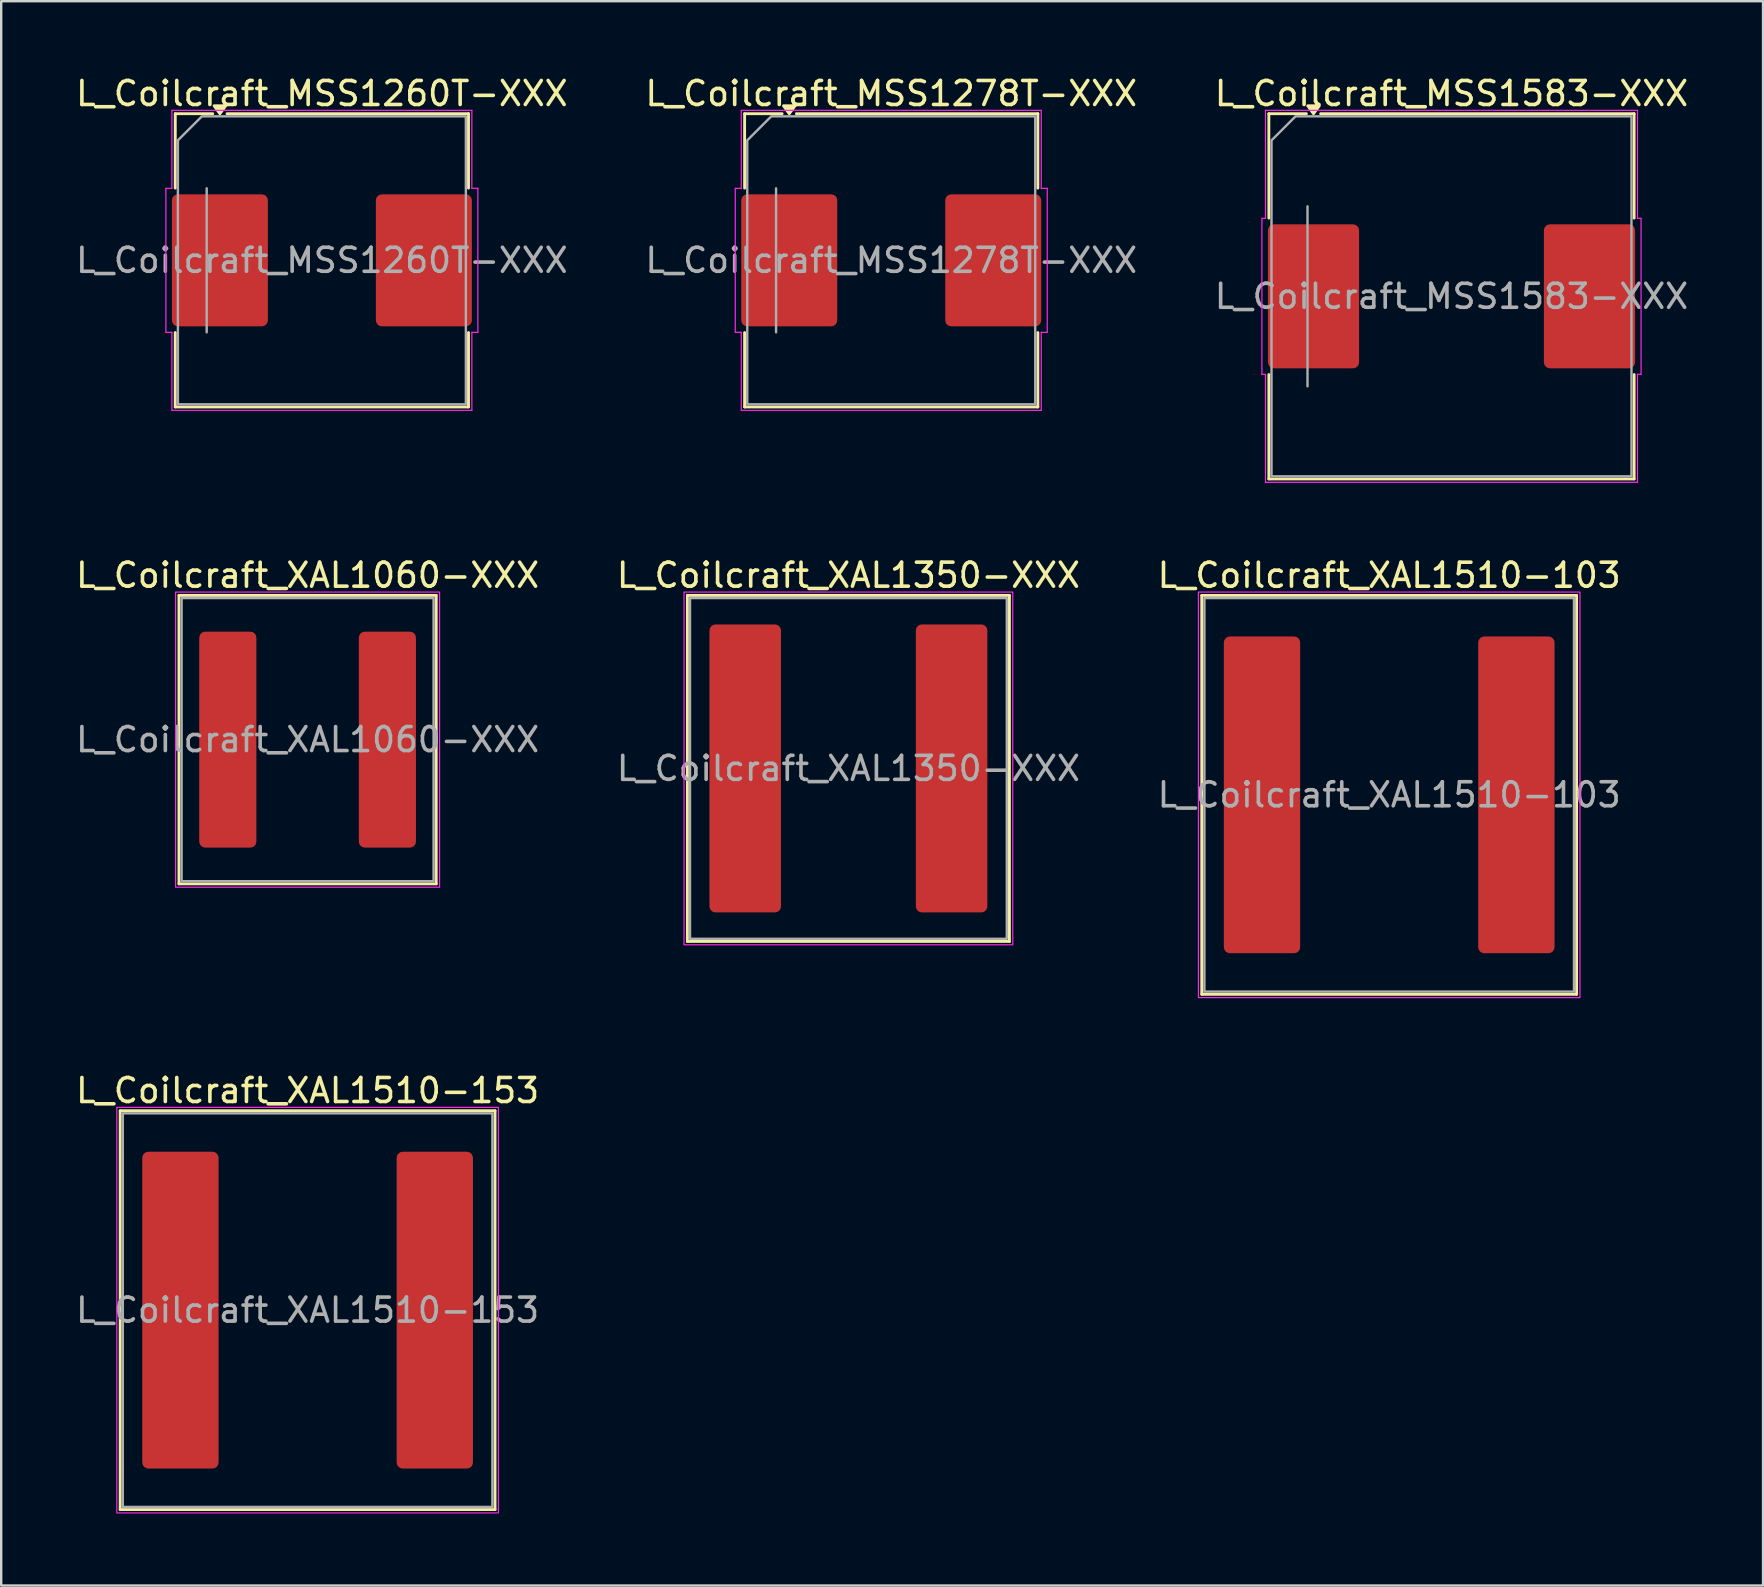
<source format=kicad_pcb>
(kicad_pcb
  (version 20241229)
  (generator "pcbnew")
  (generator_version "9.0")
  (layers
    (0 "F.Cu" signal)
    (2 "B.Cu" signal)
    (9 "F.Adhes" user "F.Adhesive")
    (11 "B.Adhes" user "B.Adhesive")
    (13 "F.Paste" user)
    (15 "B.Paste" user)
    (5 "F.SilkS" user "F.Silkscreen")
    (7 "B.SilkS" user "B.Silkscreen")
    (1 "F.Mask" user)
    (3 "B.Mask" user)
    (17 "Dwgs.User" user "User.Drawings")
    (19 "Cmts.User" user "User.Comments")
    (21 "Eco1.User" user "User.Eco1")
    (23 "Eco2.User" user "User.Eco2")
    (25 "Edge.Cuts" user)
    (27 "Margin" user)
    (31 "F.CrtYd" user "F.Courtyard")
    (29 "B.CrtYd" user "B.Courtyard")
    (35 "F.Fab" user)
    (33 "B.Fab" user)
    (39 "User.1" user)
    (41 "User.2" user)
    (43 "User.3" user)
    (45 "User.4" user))
  (footprint "L_Coilcraft_XAL1350-XXX"
    (layer "F.Cu")
    (at 32.304 28.971)
    (property "Reference" "L_Coilcraft_XAL1350-XXX" (at 0 -8.05 0) (layer "F.SilkS") (effects (font (size 1 1) (thickness 0.15))))
    (attr smd)
    (fp_line (start -6.71 -7.21) (end 6.71 -7.21) (stroke (width 0.12) (type solid)) (layer "F.SilkS"))
    (fp_line (start -6.71 7.21) (end -6.71 -7.21) (stroke (width 0.12) (type solid)) (layer "F.SilkS"))
    (fp_line (start 6.71 -7.21) (end 6.71 7.21) (stroke (width 0.12) (type solid)) (layer "F.SilkS"))
    (fp_line (start 6.71 7.21) (end -6.71 7.21) (stroke (width 0.12) (type solid)) (layer "F.SilkS"))
    (fp_rect (start -6.85 -7.35) (end 6.85 7.35) (stroke (width 0.05) (type solid)) (fill no) (layer "F.CrtYd"))
    (fp_rect (start -6.6 -7.1) (end 6.6 7.1) (stroke (width 0.1) (type solid)) (fill no) (layer "F.Fab"))
    (fp_text user "${REFERENCE}" (at 0 0 0) (layer "F.Fab") (effects (font (size 1 1) (thickness 0.15))))
    (pad "1" smd roundrect (at -4.3 0) (size 2.98 12) (layers "F.Cu" "F.Mask" "F.Paste") (roundrect_rratio 0.084))
    (pad "2" smd roundrect (at 4.3 0) (size 2.98 12) (layers "F.Cu" "F.Mask" "F.Paste") (roundrect_rratio 0.084)))
  (footprint "L_Coilcraft_XAL1510-153"
    (layer "F.Cu")
    (at 9.768 51.545)
    (property "Reference" "L_Coilcraft_XAL1510-153" (at 0 -9.15 0) (layer "F.SilkS") (effects (font (size 1 1) (thickness 0.15))))
    (attr smd)
    (fp_line (start -7.81 -8.31) (end 7.81 -8.31) (stroke (width 0.12) (type solid)) (layer "F.SilkS"))
    (fp_line (start -7.81 8.31) (end -7.81 -8.31) (stroke (width 0.12) (type solid)) (layer "F.SilkS"))
    (fp_line (start 7.81 -8.31) (end 7.81 8.31) (stroke (width 0.12) (type solid)) (layer "F.SilkS"))
    (fp_line (start 7.81 8.31) (end -7.81 8.31) (stroke (width 0.12) (type solid)) (layer "F.SilkS"))
    (fp_rect (start -7.95 -8.45) (end 7.95 8.45) (stroke (width 0.05) (type solid)) (fill no) (layer "F.CrtYd"))
    (fp_rect (start -7.7 -8.2) (end 7.7 8.2) (stroke (width 0.1) (type solid)) (fill no) (layer "F.Fab"))
    (fp_text user "${REFERENCE}" (at 0 0 0) (layer "F.Fab") (effects (font (size 1 1) (thickness 0.15))))
    (pad "1" smd roundrect (at -5.3 0) (size 3.18 13.2) (layers "F.Cu" "F.Mask" "F.Paste") (roundrect_rratio 0.079))
    (pad "2" smd roundrect (at 5.3 0) (size 3.18 13.2) (layers "F.Cu" "F.Mask" "F.Paste") (roundrect_rratio 0.079)))
  (footprint "L_Coilcraft_MSS1260T-XXX"
    (layer "F.Cu")
    (at 10.363 7.798)
    (property "Reference" "L_Coilcraft_MSS1260T-XXX" (at 0 -6.95 0) (layer "F.SilkS") (effects (font (size 1 1) (thickness 0.15))))
    (attr smd)
    (fp_line (start -6.11 -6.11) (end -4.547 -6.11) (stroke (width 0.12) (type solid)) (layer "F.SilkS"))
    (fp_line (start -6.11 -3.01) (end -6.11 -6.11) (stroke (width 0.12) (type solid)) (layer "F.SilkS"))
    (fp_line (start -6.11 6.11) (end -6.11 3.01) (stroke (width 0.12) (type solid)) (layer "F.SilkS"))
    (fp_line (start -3.953 -6.11) (end 6.11 -6.11) (stroke (width 0.12) (type solid)) (layer "F.SilkS"))
    (fp_line (start 6.11 -6.11) (end 6.11 -3.01) (stroke (width 0.12) (type solid)) (layer "F.SilkS"))
    (fp_line (start 6.11 3.01) (end 6.11 6.11) (stroke (width 0.12) (type solid)) (layer "F.SilkS"))
    (fp_line (start 6.11 6.11) (end -6.11 6.11) (stroke (width 0.12) (type solid)) (layer "F.SilkS"))
    (fp_poly (pts (xy -4.25 -6.11) (xy -4.49 -6.44) (xy -4.01 -6.44)) (stroke (width 0.12) (type solid)) (fill yes) (layer "F.SilkS"))
    (fp_line (start -6.5 -3) (end -6.25 -3) (stroke (width 0.05) (type solid)) (layer "F.CrtYd"))
    (fp_line (start -6.5 3) (end -6.5 -3) (stroke (width 0.05) (type solid)) (layer "F.CrtYd"))
    (fp_line (start -6.25 -6.25) (end 6.25 -6.25) (stroke (width 0.05) (type solid)) (layer "F.CrtYd"))
    (fp_line (start -6.25 -3) (end -6.25 -6.25) (stroke (width 0.05) (type solid)) (layer "F.CrtYd"))
    (fp_line (start -6.25 3) (end -6.5 3) (stroke (width 0.05) (type solid)) (layer "F.CrtYd"))
    (fp_line (start -6.25 6.25) (end -6.25 3) (stroke (width 0.05) (type solid)) (layer "F.CrtYd"))
    (fp_line (start 6.25 -6.25) (end 6.25 -3) (stroke (width 0.05) (type solid)) (layer "F.CrtYd"))
    (fp_line (start 6.25 -3) (end 6.5 -3) (stroke (width 0.05) (type solid)) (layer "F.CrtYd"))
    (fp_line (start 6.25 3) (end 6.25 6.25) (stroke (width 0.05) (type solid)) (layer "F.CrtYd"))
    (fp_line (start 6.25 6.25) (end -6.25 6.25) (stroke (width 0.05) (type solid)) (layer "F.CrtYd"))
    (fp_line (start 6.5 -3) (end 6.5 3) (stroke (width 0.05) (type solid)) (layer "F.CrtYd"))
    (fp_line (start 6.5 3) (end 6.25 3) (stroke (width 0.05) (type solid)) (layer "F.CrtYd"))
    (fp_line (start -4.8 3) (end -4.8 -3) (stroke (width 0.1) (type solid)) (layer "F.Fab"))
    (fp_poly (pts (xy -6 -5) (xy -6 6) (xy 6 6) (xy 6 -6) (xy -5 -6)) (stroke (width 0.1) (type solid)) (fill no) (layer "F.Fab"))
    (fp_text user "${REFERENCE}" (at 0 0 0) (layer "F.Fab") (effects (font (size 1 1) (thickness 0.15))))
    (pad "1" smd roundrect (at -4.25 0) (size 4 5.5) (layers "F.Cu" "F.Mask" "F.Paste") (roundrect_rratio 0.062))
    (pad "2" smd roundrect (at 4.25 0) (size 4 5.5) (layers "F.Cu" "F.Mask" "F.Paste") (roundrect_rratio 0.062)))
  (footprint "L_Coilcraft_XAL1060-XXX"
    (layer "F.Cu")
    (at 9.768 27.771)
    (property "Reference" "L_Coilcraft_XAL1060-XXX" (at 0 -6.85 0) (layer "F.SilkS") (effects (font (size 1 1) (thickness 0.15))))
    (attr smd)
    (fp_line (start -5.36 -6.01) (end 5.36 -6.01) (stroke (width 0.12) (type solid)) (layer "F.SilkS"))
    (fp_line (start -5.36 6.01) (end -5.36 -6.01) (stroke (width 0.12) (type solid)) (layer "F.SilkS"))
    (fp_line (start 5.36 -6.01) (end 5.36 6.01) (stroke (width 0.12) (type solid)) (layer "F.SilkS"))
    (fp_line (start 5.36 6.01) (end -5.36 6.01) (stroke (width 0.12) (type solid)) (layer "F.SilkS"))
    (fp_rect (start -5.5 -6.15) (end 5.5 6.15) (stroke (width 0.05) (type solid)) (fill no) (layer "F.CrtYd"))
    (fp_rect (start -5.25 -5.9) (end 5.25 5.9) (stroke (width 0.1) (type solid)) (fill no) (layer "F.Fab"))
    (fp_text user "${REFERENCE}" (at 0 0 0) (layer "F.Fab") (effects (font (size 1 1) (thickness 0.15))))
    (pad "1" smd roundrect (at -3.325 0) (size 2.38 9) (layers "F.Cu" "F.Mask" "F.Paste") (roundrect_rratio 0.105))
    (pad "2" smd roundrect (at 3.325 0) (size 2.38 9) (layers "F.Cu" "F.Mask" "F.Paste") (roundrect_rratio 0.105)))
  (footprint "L_Coilcraft_MSS1583-XXX"
    (layer "F.Cu")
    (at 57.435 9.298)
    (property "Reference" "L_Coilcraft_MSS1583-XXX" (at 0 -8.45 0) (layer "F.SilkS") (effects (font (size 1 1) (thickness 0.15))))
    (attr smd)
    (fp_line (start -7.61 -7.61) (end -6.047 -7.61) (stroke (width 0.12) (type solid)) (layer "F.SilkS"))
    (fp_line (start -7.61 -3.26) (end -7.61 -7.61) (stroke (width 0.12) (type solid)) (layer "F.SilkS"))
    (fp_line (start -7.61 7.61) (end -7.61 3.26) (stroke (width 0.12) (type solid)) (layer "F.SilkS"))
    (fp_line (start -5.453 -7.61) (end 7.61 -7.61) (stroke (width 0.12) (type solid)) (layer "F.SilkS"))
    (fp_line (start 7.61 -7.61) (end 7.61 -3.26) (stroke (width 0.12) (type solid)) (layer "F.SilkS"))
    (fp_line (start 7.61 3.26) (end 7.61 7.61) (stroke (width 0.12) (type solid)) (layer "F.SilkS"))
    (fp_line (start 7.61 7.61) (end -7.61 7.61) (stroke (width 0.12) (type solid)) (layer "F.SilkS"))
    (fp_poly (pts (xy -5.75 -7.61) (xy -5.99 -7.94) (xy -5.51 -7.94)) (stroke (width 0.12) (type solid)) (fill yes) (layer "F.SilkS"))
    (fp_line (start -7.9 -3.25) (end -7.75 -3.25) (stroke (width 0.05) (type solid)) (layer "F.CrtYd"))
    (fp_line (start -7.9 3.25) (end -7.9 -3.25) (stroke (width 0.05) (type solid)) (layer "F.CrtYd"))
    (fp_line (start -7.75 -7.75) (end 7.75 -7.75) (stroke (width 0.05) (type solid)) (layer "F.CrtYd"))
    (fp_line (start -7.75 -3.25) (end -7.75 -7.75) (stroke (width 0.05) (type solid)) (layer "F.CrtYd"))
    (fp_line (start -7.75 3.25) (end -7.9 3.25) (stroke (width 0.05) (type solid)) (layer "F.CrtYd"))
    (fp_line (start -7.75 7.75) (end -7.75 3.25) (stroke (width 0.05) (type solid)) (layer "F.CrtYd"))
    (fp_line (start 7.75 -7.75) (end 7.75 -3.25) (stroke (width 0.05) (type solid)) (layer "F.CrtYd"))
    (fp_line (start 7.75 -3.25) (end 7.9 -3.25) (stroke (width 0.05) (type solid)) (layer "F.CrtYd"))
    (fp_line (start 7.75 3.25) (end 7.75 7.75) (stroke (width 0.05) (type solid)) (layer "F.CrtYd"))
    (fp_line (start 7.75 7.75) (end -7.75 7.75) (stroke (width 0.05) (type solid)) (layer "F.CrtYd"))
    (fp_line (start 7.9 -3.25) (end 7.9 3.25) (stroke (width 0.05) (type solid)) (layer "F.CrtYd"))
    (fp_line (start 7.9 3.25) (end 7.75 3.25) (stroke (width 0.05) (type solid)) (layer "F.CrtYd"))
    (fp_line (start -6 3.75) (end -6 -3.75) (stroke (width 0.1) (type solid)) (layer "F.Fab"))
    (fp_poly (pts (xy -7.5 -6.5) (xy -7.5 7.5) (xy 7.5 7.5) (xy 7.5 -7.5) (xy -6.5 -7.5)) (stroke (width 0.1) (type solid)) (fill no) (layer "F.Fab"))
    (fp_text user "${REFERENCE}" (at 0 0 0) (layer "F.Fab") (effects (font (size 1 1) (thickness 0.15))))
    (pad "1" smd roundrect (at -5.75 0) (size 3.8 6) (layers "F.Cu" "F.Mask" "F.Paste") (roundrect_rratio 0.066))
    (pad "2" smd roundrect (at 5.75 0) (size 3.8 6) (layers "F.Cu" "F.Mask" "F.Paste") (roundrect_rratio 0.066)))
  (footprint "L_Coilcraft_XAL1510-103"
    (layer "F.Cu")
    (at 54.839 30.072)
    (property "Reference" "L_Coilcraft_XAL1510-103" (at 0 -9.15 0) (layer "F.SilkS") (effects (font (size 1 1) (thickness 0.15))))
    (attr smd)
    (fp_line (start -7.81 -8.31) (end 7.81 -8.31) (stroke (width 0.12) (type solid)) (layer "F.SilkS"))
    (fp_line (start -7.81 8.31) (end -7.81 -8.31) (stroke (width 0.12) (type solid)) (layer "F.SilkS"))
    (fp_line (start 7.81 -8.31) (end 7.81 8.31) (stroke (width 0.12) (type solid)) (layer "F.SilkS"))
    (fp_line (start 7.81 8.31) (end -7.81 8.31) (stroke (width 0.12) (type solid)) (layer "F.SilkS"))
    (fp_rect (start -7.95 -8.45) (end 7.95 8.45) (stroke (width 0.05) (type solid)) (fill no) (layer "F.CrtYd"))
    (fp_rect (start -7.7 -8.2) (end 7.7 8.2) (stroke (width 0.1) (type solid)) (fill no) (layer "F.Fab"))
    (fp_text user "${REFERENCE}" (at 0 0 0) (layer "F.Fab") (effects (font (size 1 1) (thickness 0.15))))
    (pad "1" smd roundrect (at -5.3 0) (size 3.18 13.2) (layers "F.Cu" "F.Mask" "F.Paste") (roundrect_rratio 0.079))
    (pad "2" smd roundrect (at 5.3 0) (size 3.18 13.2) (layers "F.Cu" "F.Mask" "F.Paste") (roundrect_rratio 0.079)))
  (footprint "L_Coilcraft_MSS1278T-XXX"
    (layer "F.Cu")
    (at 34.089 7.798)
    (property "Reference" "L_Coilcraft_MSS1278T-XXX" (at 0 -6.95 0) (layer "F.SilkS") (effects (font (size 1 1) (thickness 0.15))))
    (attr smd)
    (fp_line (start -6.11 -6.11) (end -4.547 -6.11) (stroke (width 0.12) (type solid)) (layer "F.SilkS"))
    (fp_line (start -6.11 -3.01) (end -6.11 -6.11) (stroke (width 0.12) (type solid)) (layer "F.SilkS"))
    (fp_line (start -6.11 6.11) (end -6.11 3.01) (stroke (width 0.12) (type solid)) (layer "F.SilkS"))
    (fp_line (start -3.953 -6.11) (end 6.11 -6.11) (stroke (width 0.12) (type solid)) (layer "F.SilkS"))
    (fp_line (start 6.11 -6.11) (end 6.11 -3.01) (stroke (width 0.12) (type solid)) (layer "F.SilkS"))
    (fp_line (start 6.11 3.01) (end 6.11 6.11) (stroke (width 0.12) (type solid)) (layer "F.SilkS"))
    (fp_line (start 6.11 6.11) (end -6.11 6.11) (stroke (width 0.12) (type solid)) (layer "F.SilkS"))
    (fp_poly (pts (xy -4.25 -6.11) (xy -4.49 -6.44) (xy -4.01 -6.44)) (stroke (width 0.12) (type solid)) (fill yes) (layer "F.SilkS"))
    (fp_line (start -6.5 -3) (end -6.25 -3) (stroke (width 0.05) (type solid)) (layer "F.CrtYd"))
    (fp_line (start -6.5 3) (end -6.5 -3) (stroke (width 0.05) (type solid)) (layer "F.CrtYd"))
    (fp_line (start -6.25 -6.25) (end 6.25 -6.25) (stroke (width 0.05) (type solid)) (layer "F.CrtYd"))
    (fp_line (start -6.25 -3) (end -6.25 -6.25) (stroke (width 0.05) (type solid)) (layer "F.CrtYd"))
    (fp_line (start -6.25 3) (end -6.5 3) (stroke (width 0.05) (type solid)) (layer "F.CrtYd"))
    (fp_line (start -6.25 6.25) (end -6.25 3) (stroke (width 0.05) (type solid)) (layer "F.CrtYd"))
    (fp_line (start 6.25 -6.25) (end 6.25 -3) (stroke (width 0.05) (type solid)) (layer "F.CrtYd"))
    (fp_line (start 6.25 -3) (end 6.5 -3) (stroke (width 0.05) (type solid)) (layer "F.CrtYd"))
    (fp_line (start 6.25 3) (end 6.25 6.25) (stroke (width 0.05) (type solid)) (layer "F.CrtYd"))
    (fp_line (start 6.25 6.25) (end -6.25 6.25) (stroke (width 0.05) (type solid)) (layer "F.CrtYd"))
    (fp_line (start 6.5 -3) (end 6.5 3) (stroke (width 0.05) (type solid)) (layer "F.CrtYd"))
    (fp_line (start 6.5 3) (end 6.25 3) (stroke (width 0.05) (type solid)) (layer "F.CrtYd"))
    (fp_line (start -4.8 3) (end -4.8 -3) (stroke (width 0.1) (type solid)) (layer "F.Fab"))
    (fp_poly (pts (xy -6 -5) (xy -6 6) (xy 6 6) (xy 6 -6) (xy -5 -6)) (stroke (width 0.1) (type solid)) (fill no) (layer "F.Fab"))
    (fp_text user "${REFERENCE}" (at 0 0 0) (layer "F.Fab") (effects (font (size 1 1) (thickness 0.15))))
    (pad "1" smd roundrect (at -4.25 0) (size 4 5.5) (layers "F.Cu" "F.Mask" "F.Paste") (roundrect_rratio 0.062))
    (pad "2" smd roundrect (at 4.25 0) (size 4 5.5) (layers "F.Cu" "F.Mask" "F.Paste") (roundrect_rratio 0.062)))
  (gr_rect
    (start -3 -3)
    (end 70.417 63.02)
    (stroke (width 0.1) (type default))
    (fill no)
    (layer "Edge.Cuts")))
</source>
